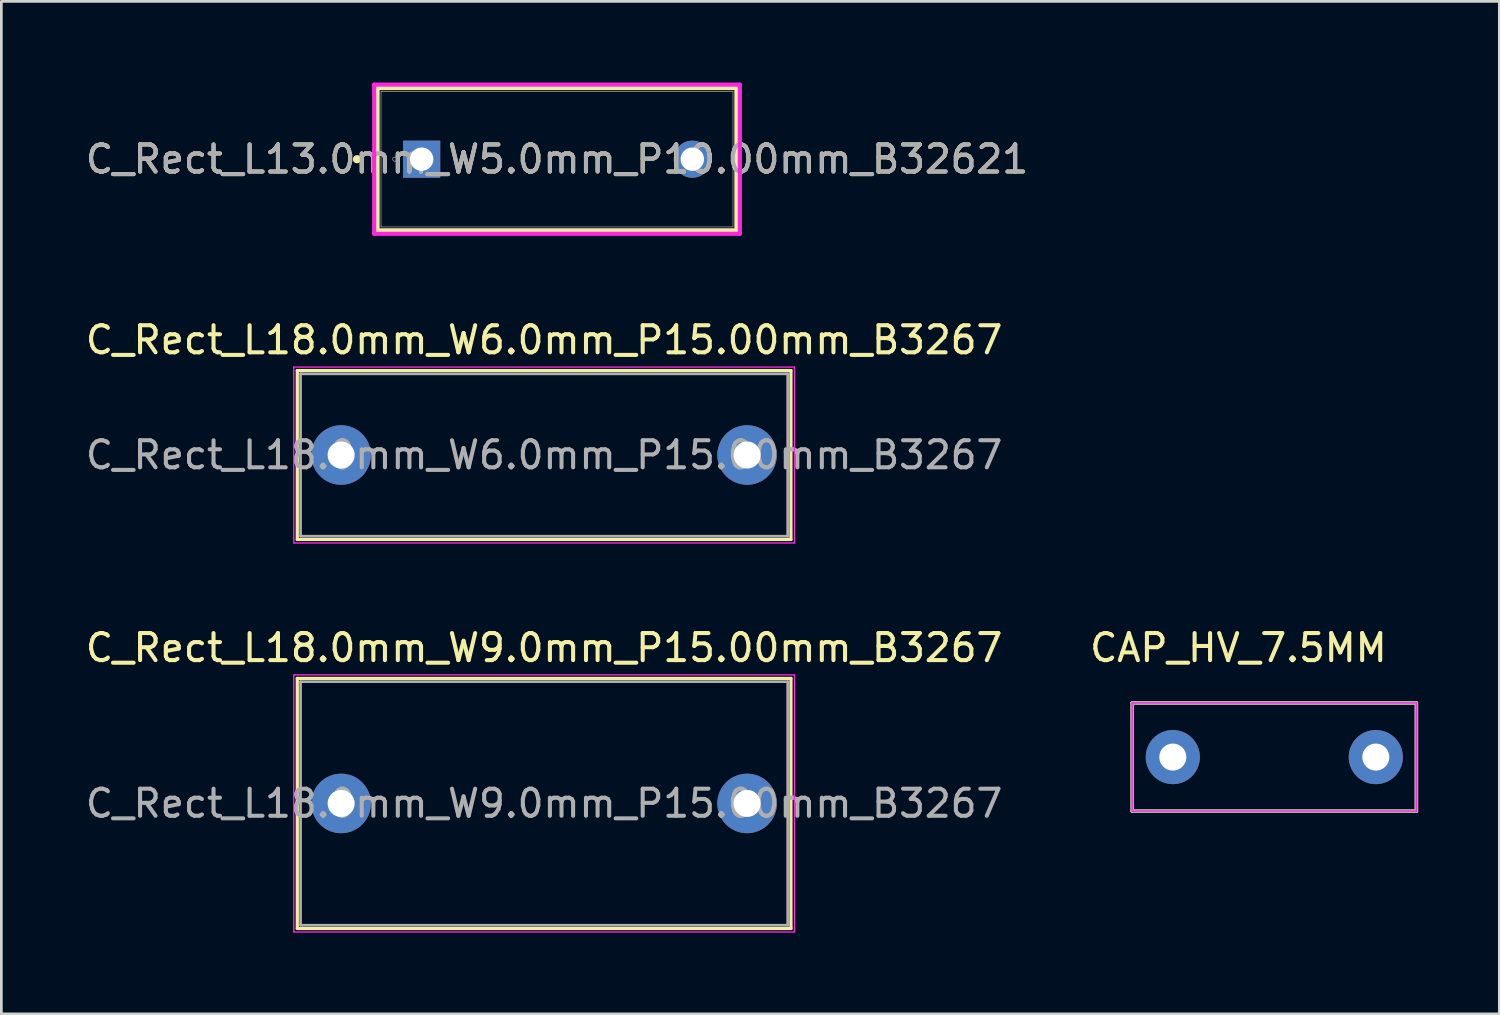
<source format=kicad_pcb>
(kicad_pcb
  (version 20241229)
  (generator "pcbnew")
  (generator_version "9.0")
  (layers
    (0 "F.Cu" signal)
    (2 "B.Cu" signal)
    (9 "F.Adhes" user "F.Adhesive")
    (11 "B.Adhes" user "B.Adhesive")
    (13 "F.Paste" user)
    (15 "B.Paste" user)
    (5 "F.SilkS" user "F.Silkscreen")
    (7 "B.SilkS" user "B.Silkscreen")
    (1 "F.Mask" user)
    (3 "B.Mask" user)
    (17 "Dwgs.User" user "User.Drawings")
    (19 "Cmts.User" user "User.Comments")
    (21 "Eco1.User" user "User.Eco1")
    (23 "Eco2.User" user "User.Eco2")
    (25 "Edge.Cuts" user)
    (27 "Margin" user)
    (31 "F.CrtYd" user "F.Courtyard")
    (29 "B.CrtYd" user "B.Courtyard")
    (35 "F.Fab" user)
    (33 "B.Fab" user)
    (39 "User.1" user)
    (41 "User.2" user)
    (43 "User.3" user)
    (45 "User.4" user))
  (footprint "C_Rect_L18.0mm_W6.0mm_P15.00mm_B3267"
    (layer "F.Cu")
    (at 9.554 13.762)
    (property "Reference" "C_Rect_L18.0mm_W6.0mm_P15.00mm_B3267" (at 7.5 -4.25 0) (layer "F.SilkS") (effects (font (size 1 1) (thickness 0.15))))
    (attr through_hole)
    (fp_line (start -1.62 -3.12) (end -1.62 3.12) (stroke (width 0.12) (type solid)) (layer "F.SilkS"))
    (fp_line (start -1.62 -3.12) (end 16.62 -3.12) (stroke (width 0.12) (type solid)) (layer "F.SilkS"))
    (fp_line (start -1.62 3.12) (end 16.62 3.12) (stroke (width 0.12) (type solid)) (layer "F.SilkS"))
    (fp_line (start 16.62 -3.12) (end 16.62 3.12) (stroke (width 0.12) (type solid)) (layer "F.SilkS"))
    (fp_line (start -1.75 -3.25) (end -1.75 3.25) (stroke (width 0.05) (type solid)) (layer "F.CrtYd"))
    (fp_line (start -1.75 3.25) (end 16.75 3.25) (stroke (width 0.05) (type solid)) (layer "F.CrtYd"))
    (fp_line (start 16.75 -3.25) (end -1.75 -3.25) (stroke (width 0.05) (type solid)) (layer "F.CrtYd"))
    (fp_line (start 16.75 3.25) (end 16.75 -3.25) (stroke (width 0.05) (type solid)) (layer "F.CrtYd"))
    (fp_line (start -1.5 -3) (end -1.5 3) (stroke (width 0.1) (type solid)) (layer "F.Fab"))
    (fp_line (start -1.5 3) (end 16.5 3) (stroke (width 0.1) (type solid)) (layer "F.Fab"))
    (fp_line (start 16.5 -3) (end -1.5 -3) (stroke (width 0.1) (type solid)) (layer "F.Fab"))
    (fp_line (start 16.5 3) (end 16.5 -3) (stroke (width 0.1) (type solid)) (layer "F.Fab"))
    (fp_text user "${REFERENCE}" (at 7.5 0 0) (layer "F.Fab") (effects (font (size 1 1) (thickness 0.15))))
    (pad "1" thru_hole circle (at 0 0) (size 2.2 2.2) (drill 1) (layers "*.Cu" "*.Mask"))
    (pad "2" thru_hole circle (at 15 0) (size 2.2 2.2) (drill 1) (layers "*.Cu" "*.Mask")))
  (footprint "C_Rect_L18.0mm_W9.0mm_P15.00mm_B3267"
    (layer "F.Cu")
    (at 9.554 26.636)
    (property "Reference" "C_Rect_L18.0mm_W9.0mm_P15.00mm_B3267" (at 7.5 -5.75 0) (layer "F.SilkS") (effects (font (size 1 1) (thickness 0.15))))
    (attr through_hole)
    (fp_line (start -1.62 -4.62) (end -1.62 4.62) (stroke (width 0.12) (type solid)) (layer "F.SilkS"))
    (fp_line (start -1.62 -4.62) (end 16.62 -4.62) (stroke (width 0.12) (type solid)) (layer "F.SilkS"))
    (fp_line (start -1.62 4.62) (end 16.62 4.62) (stroke (width 0.12) (type solid)) (layer "F.SilkS"))
    (fp_line (start 16.62 -4.62) (end 16.62 4.62) (stroke (width 0.12) (type solid)) (layer "F.SilkS"))
    (fp_line (start -1.75 -4.75) (end -1.75 4.75) (stroke (width 0.05) (type solid)) (layer "F.CrtYd"))
    (fp_line (start -1.75 4.75) (end 16.75 4.75) (stroke (width 0.05) (type solid)) (layer "F.CrtYd"))
    (fp_line (start 16.75 -4.75) (end -1.75 -4.75) (stroke (width 0.05) (type solid)) (layer "F.CrtYd"))
    (fp_line (start 16.75 4.75) (end 16.75 -4.75) (stroke (width 0.05) (type solid)) (layer "F.CrtYd"))
    (fp_line (start -1.5 -4.5) (end -1.5 4.5) (stroke (width 0.1) (type solid)) (layer "F.Fab"))
    (fp_line (start -1.5 4.5) (end 16.5 4.5) (stroke (width 0.1) (type solid)) (layer "F.Fab"))
    (fp_line (start 16.5 -4.5) (end -1.5 -4.5) (stroke (width 0.1) (type solid)) (layer "F.Fab"))
    (fp_line (start 16.5 4.5) (end 16.5 -4.5) (stroke (width 0.1) (type solid)) (layer "F.Fab"))
    (fp_text user "${REFERENCE}" (at 7.5 0 0) (layer "F.Fab") (effects (font (size 1 1) (thickness 0.15))))
    (pad "1" thru_hole circle (at 0 0) (size 2.2 2.2) (drill 1) (layers "*.Cu" "*.Mask"))
    (pad "2" thru_hole circle (at 15 0) (size 2.2 2.2) (drill 1) (layers "*.Cu" "*.Mask")))
  (footprint "CAP_HV_7.5MM"
    (layer "F.Cu")
    (at 44.034 24.923)
    (property "Reference" "CAP_HV_7.5MM" (at -1.326 -4.037 0) (layer "F.SilkS") (effects (font (size 1 1) (thickness 0.15))))
    (attr through_hole)
    (fp_line (start -5.25 -2) (end -5.25 2) (stroke (width 0.127) (type solid)) (layer "F.SilkS"))
    (fp_line (start -5.25 -2) (end 5.25 -2) (stroke (width 0.127) (type solid)) (layer "F.SilkS"))
    (fp_line (start 5.25 -2) (end 5.25 2) (stroke (width 0.127) (type solid)) (layer "F.SilkS"))
    (fp_line (start 5.25 2) (end -5.25 2) (stroke (width 0.127) (type solid)) (layer "F.SilkS"))
    (fp_line (start -5.25 -2) (end 5.25 -2) (stroke (width 0.05) (type solid)) (layer "F.CrtYd"))
    (fp_line (start -5.25 2) (end -5.25 -2) (stroke (width 0.05) (type solid)) (layer "F.CrtYd"))
    (fp_line (start 5.25 -2) (end 5.25 2) (stroke (width 0.05) (type solid)) (layer "F.CrtYd"))
    (fp_line (start 5.25 2) (end -5.25 2) (stroke (width 0.05) (type solid)) (layer "F.CrtYd"))
    (fp_line (start -5.25 -2) (end 5.25 -2) (stroke (width 0.127) (type solid)) (layer "F.Fab"))
    (fp_line (start -5.25 2) (end -5.25 -2) (stroke (width 0.127) (type solid)) (layer "F.Fab"))
    (fp_line (start 5.25 -2) (end 5.25 2) (stroke (width 0.127) (type solid)) (layer "F.Fab"))
    (fp_line (start 5.25 2) (end -5.25 2) (stroke (width 0.127) (type solid)) (layer "F.Fab"))
    (pad "1" thru_hole circle (at -3.75 0) (size 2 2) (drill 1) (layers "*.Cu" "*.Mask"))
    (pad "2" thru_hole circle (at 3.75 0) (size 2 2) (drill 1) (layers "*.Cu" "*.Mask")))
  (footprint "C_Rect_L13.0mm_W5.0mm_P10.00mm_B32621"
    (layer "F.Cu")
    (at 12.53 2.832)
    (property "Reference" "C_Rect_L13.0mm_W5.0mm_P10.00mm_B32621" (at 5 0 0) (unlocked yes) (layer "F.SilkS") (effects (font (size 1 1) (thickness 0.15))))
    (attr through_hole)
    (fp_line (start -1.629 -2.629) (end -1.629 2.629) (stroke (width 0.152) (type solid)) (layer "F.SilkS"))
    (fp_line (start 11.629 -2.629) (end -1.629 -2.629) (stroke (width 0.152) (type solid)) (layer "F.SilkS"))
    (fp_line (start 11.629 -2.629) (end 11.629 2.629) (stroke (width 0.152) (type solid)) (layer "F.SilkS"))
    (fp_line (start 11.629 2.629) (end -1.629 2.629) (stroke (width 0.152) (type solid)) (layer "F.SilkS"))
    (fp_circle (center -2.391 0) (end -2.315 0) (stroke (width 0.152) (type solid)) (fill no) (layer "F.SilkS"))
    (fp_line (start -1.756 -2.756) (end 11.756 -2.756) (stroke (width 0.152) (type solid)) (layer "F.CrtYd"))
    (fp_line (start -1.756 2.756) (end -1.756 -2.756) (stroke (width 0.152) (type solid)) (layer "F.CrtYd"))
    (fp_line (start 11.756 -2.756) (end 11.756 2.756) (stroke (width 0.152) (type solid)) (layer "F.CrtYd"))
    (fp_line (start 11.756 2.756) (end -1.756 2.756) (stroke (width 0.152) (type solid)) (layer "F.CrtYd"))
    (fp_line (start -1.502 -2.502) (end -1.502 2.502) (stroke (width 0.025) (type solid)) (layer "F.Fab"))
    (fp_line (start 11.502 -2.502) (end -1.502 -2.502) (stroke (width 0.025) (type solid)) (layer "F.Fab"))
    (fp_line (start 11.502 -2.502) (end 11.502 2.502) (stroke (width 0.025) (type solid)) (layer "F.Fab"))
    (fp_line (start 11.502 2.502) (end -1.502 2.502) (stroke (width 0.025) (type solid)) (layer "F.Fab"))
    (fp_circle (center -0.994 0) (end -0.918 0) (stroke (width 0.025) (type solid)) (fill no) (layer "F.Fab"))
    (fp_text user "${REFERENCE}" (at 5 0 0) (unlocked yes) (layer "F.Fab") (effects (font (size 1 1) (thickness 0.15))))
    (pad "1" thru_hole rect (at 0 0) (size 1.372 1.372) (drill 0.864) (layers "*.Cu" "*.Mask"))
    (pad "2" thru_hole circle (at 10 0) (size 1.372 1.372) (drill 0.864) (layers "*.Cu" "*.Mask")))
  (gr_rect
    (start -3 -3)
    (end 52.348 34.411)
    (stroke (width 0.1) (type default))
    (fill no)
    (layer "Edge.Cuts")))
</source>
